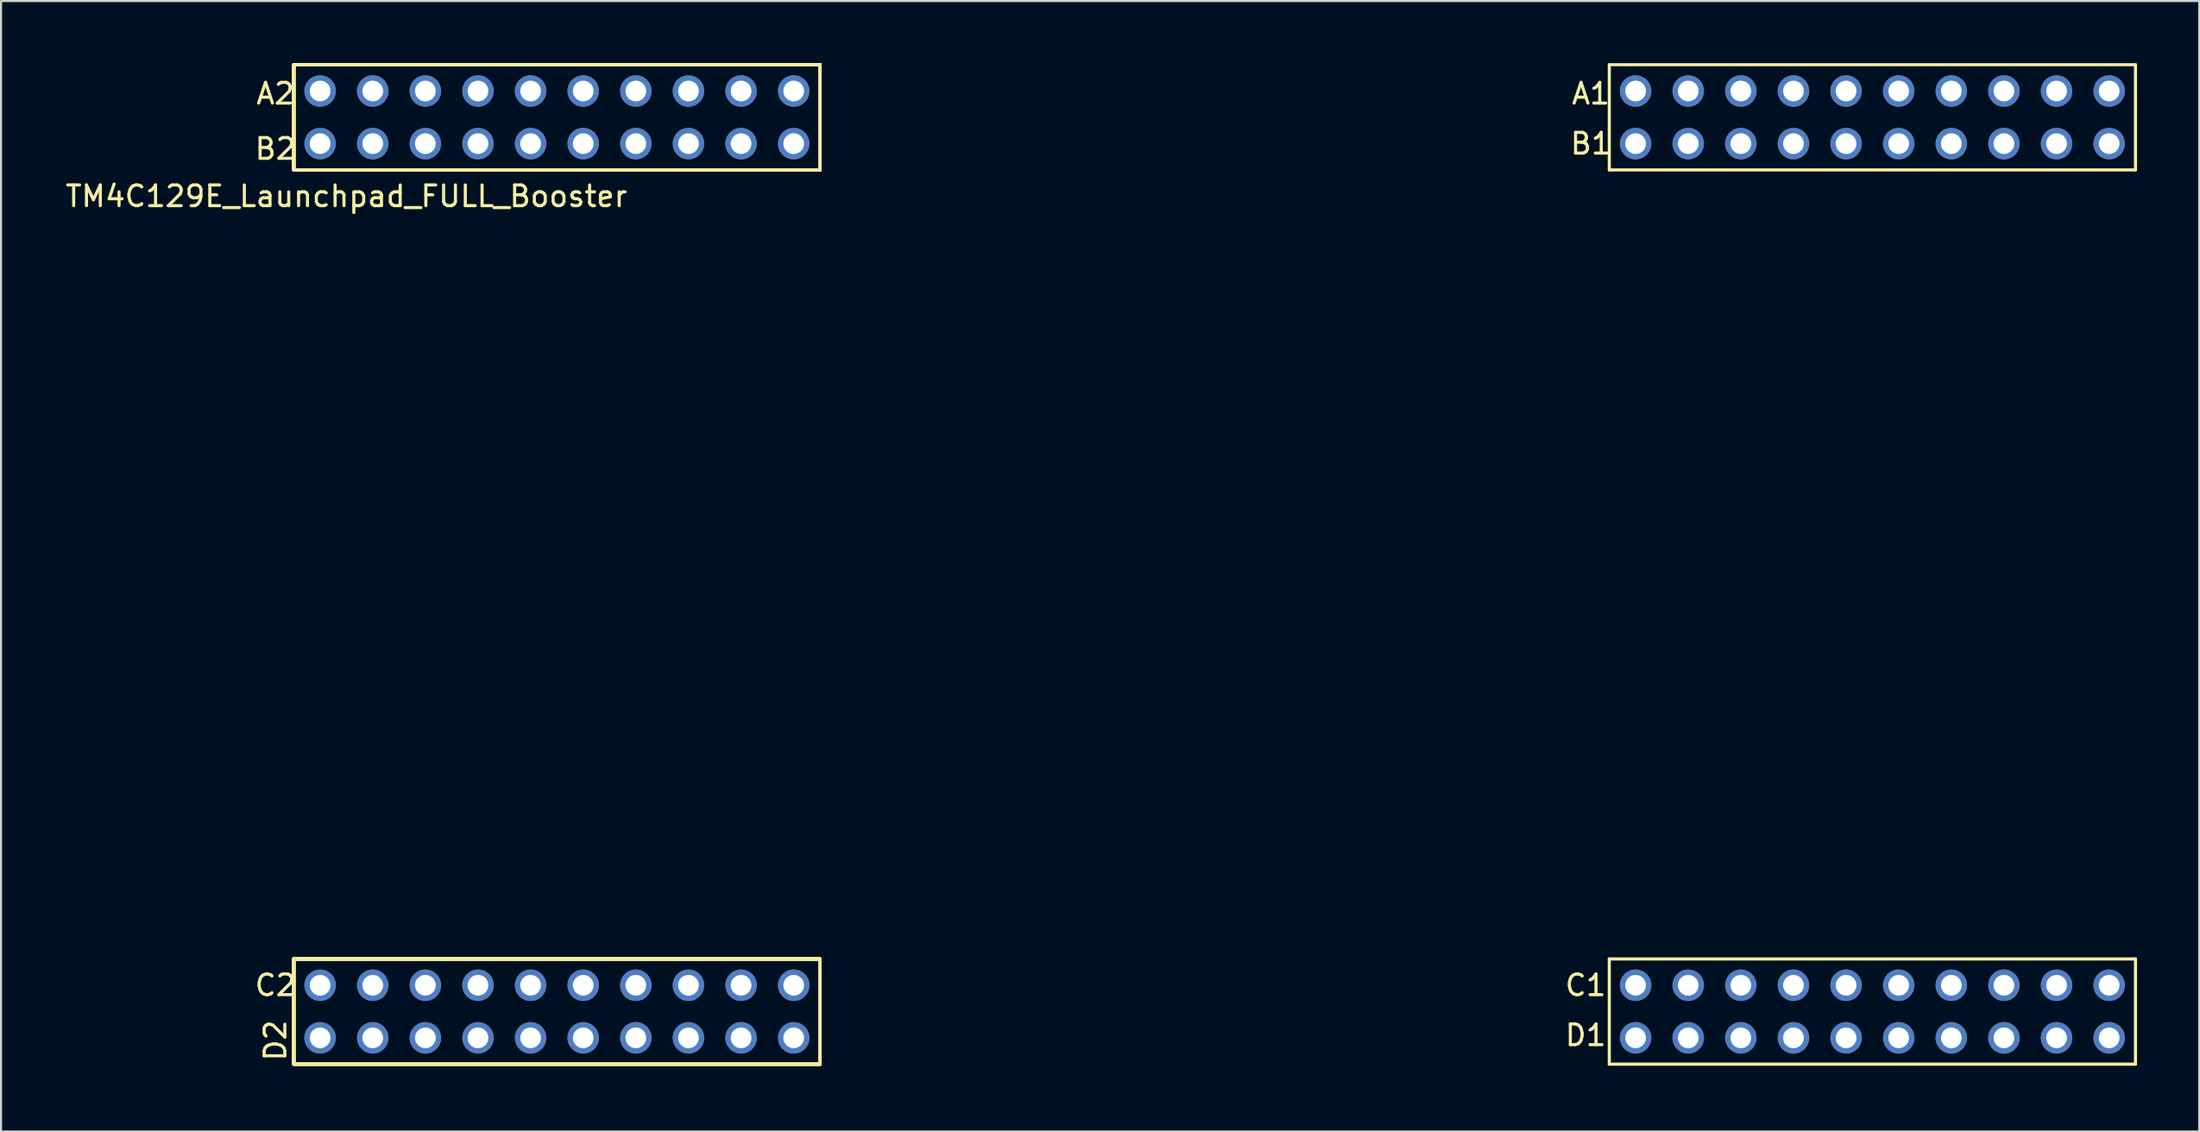
<source format=kicad_pcb>
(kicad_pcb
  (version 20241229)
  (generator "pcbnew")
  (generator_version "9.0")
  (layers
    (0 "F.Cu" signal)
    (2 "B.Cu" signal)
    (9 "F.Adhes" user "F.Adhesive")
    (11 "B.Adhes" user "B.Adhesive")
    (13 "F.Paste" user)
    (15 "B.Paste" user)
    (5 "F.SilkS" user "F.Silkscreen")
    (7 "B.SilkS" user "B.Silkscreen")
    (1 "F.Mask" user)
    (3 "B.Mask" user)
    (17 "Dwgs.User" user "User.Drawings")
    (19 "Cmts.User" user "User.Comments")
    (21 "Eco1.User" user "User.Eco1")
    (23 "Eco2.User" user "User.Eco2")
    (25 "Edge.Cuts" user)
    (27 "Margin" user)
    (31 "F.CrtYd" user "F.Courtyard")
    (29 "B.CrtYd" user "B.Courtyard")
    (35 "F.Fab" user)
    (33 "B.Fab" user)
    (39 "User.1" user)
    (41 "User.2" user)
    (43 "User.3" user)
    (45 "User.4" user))
  (footprint "TM4C129E_Launchpad_FULL_Booster"
    (layer "F.Cu")
    (at 11.133 48.335)
    (property "Reference" "TM4C129E_Launchpad_FULL_Booster" (at 2.54 -41.91 0) (layer "F.SilkS") (effects (font (size 1 1) (thickness 0.15))))
    (attr through_hole)
    (fp_line (start 0 -48.26) (end 0 -43.18) (stroke (width 0.15) (type solid)) (layer "F.SilkS"))
    (fp_line (start 0 -48.26) (end 0 -43.18) (stroke (width 0.15) (type solid)) (layer "F.SilkS"))
    (fp_line (start 0 -48.26) (end 0 -43.18) (stroke (width 0.15) (type solid)) (layer "F.SilkS"))
    (fp_line (start 0 -48.26) (end 0 -43.18) (stroke (width 0.15) (type solid)) (layer "F.SilkS"))
    (fp_line (start 0 -48.26) (end 0 -43.18) (stroke (width 0.15) (type solid)) (layer "F.SilkS"))
    (fp_line (start 0 -48.26) (end 0 -43.18) (stroke (width 0.15) (type solid)) (layer "F.SilkS"))
    (fp_line (start 0 -48.26) (end 0 -43.18) (stroke (width 0.15) (type solid)) (layer "F.SilkS"))
    (fp_line (start 0 -48.26) (end 0 -43.18) (stroke (width 0.15) (type solid)) (layer "F.SilkS"))
    (fp_line (start 0 -43.18) (end 25.4 -43.18) (stroke (width 0.15) (type solid)) (layer "F.SilkS"))
    (fp_line (start 0 -43.18) (end 25.4 -43.18) (stroke (width 0.15) (type solid)) (layer "F.SilkS"))
    (fp_line (start 0 -43.18) (end 25.4 -43.18) (stroke (width 0.15) (type solid)) (layer "F.SilkS"))
    (fp_line (start 0 -43.18) (end 25.4 -43.18) (stroke (width 0.15) (type solid)) (layer "F.SilkS"))
    (fp_line (start 0 -43.18) (end 25.4 -43.18) (stroke (width 0.15) (type solid)) (layer "F.SilkS"))
    (fp_line (start 0 -43.18) (end 25.4 -43.18) (stroke (width 0.15) (type solid)) (layer "F.SilkS"))
    (fp_line (start 0 -43.18) (end 25.4 -43.18) (stroke (width 0.15) (type solid)) (layer "F.SilkS"))
    (fp_line (start 0 -43.18) (end 25.4 -43.18) (stroke (width 0.15) (type solid)) (layer "F.SilkS"))
    (fp_line (start 0 -5.08) (end 0 0) (stroke (width 0.15) (type solid)) (layer "F.SilkS"))
    (fp_line (start 0 -5.08) (end 0 0) (stroke (width 0.15) (type solid)) (layer "F.SilkS"))
    (fp_line (start 0 -5.08) (end 0 0) (stroke (width 0.15) (type solid)) (layer "F.SilkS"))
    (fp_line (start 0 -5.08) (end 0 0) (stroke (width 0.15) (type solid)) (layer "F.SilkS"))
    (fp_line (start 0 -5.08) (end 0 0) (stroke (width 0.15) (type solid)) (layer "F.SilkS"))
    (fp_line (start 0 -5.08) (end 0 0) (stroke (width 0.15) (type solid)) (layer "F.SilkS"))
    (fp_line (start 0 -5.08) (end 0 0) (stroke (width 0.15) (type solid)) (layer "F.SilkS"))
    (fp_line (start 0 -5.08) (end 0 0) (stroke (width 0.15) (type solid)) (layer "F.SilkS"))
    (fp_line (start 0 0) (end 25.4 0) (stroke (width 0.15) (type solid)) (layer "F.SilkS"))
    (fp_line (start 0 0) (end 25.4 0) (stroke (width 0.15) (type solid)) (layer "F.SilkS"))
    (fp_line (start 0 0) (end 25.4 0) (stroke (width 0.15) (type solid)) (layer "F.SilkS"))
    (fp_line (start 0 0) (end 25.4 0) (stroke (width 0.15) (type solid)) (layer "F.SilkS"))
    (fp_line (start 0 0) (end 25.4 0) (stroke (width 0.15) (type solid)) (layer "F.SilkS"))
    (fp_line (start 0 0) (end 25.4 0) (stroke (width 0.15) (type solid)) (layer "F.SilkS"))
    (fp_line (start 0 0) (end 25.4 0) (stroke (width 0.15) (type solid)) (layer "F.SilkS"))
    (fp_line (start 0 0) (end 25.4 0) (stroke (width 0.15) (type solid)) (layer "F.SilkS"))
    (fp_line (start 25.4 -48.26) (end 0 -48.26) (stroke (width 0.15) (type solid)) (layer "F.SilkS"))
    (fp_line (start 25.4 -48.26) (end 0 -48.26) (stroke (width 0.15) (type solid)) (layer "F.SilkS"))
    (fp_line (start 25.4 -48.26) (end 0 -48.26) (stroke (width 0.15) (type solid)) (layer "F.SilkS"))
    (fp_line (start 25.4 -48.26) (end 0 -48.26) (stroke (width 0.15) (type solid)) (layer "F.SilkS"))
    (fp_line (start 25.4 -48.26) (end 0 -48.26) (stroke (width 0.15) (type solid)) (layer "F.SilkS"))
    (fp_line (start 25.4 -48.26) (end 0 -48.26) (stroke (width 0.15) (type solid)) (layer "F.SilkS"))
    (fp_line (start 25.4 -48.26) (end 0 -48.26) (stroke (width 0.15) (type solid)) (layer "F.SilkS"))
    (fp_line (start 25.4 -48.26) (end 0 -48.26) (stroke (width 0.15) (type solid)) (layer "F.SilkS"))
    (fp_line (start 25.4 -43.18) (end 25.4 -48.26) (stroke (width 0.15) (type solid)) (layer "F.SilkS"))
    (fp_line (start 25.4 -43.18) (end 25.4 -48.26) (stroke (width 0.15) (type solid)) (layer "F.SilkS"))
    (fp_line (start 25.4 -43.18) (end 25.4 -48.26) (stroke (width 0.15) (type solid)) (layer "F.SilkS"))
    (fp_line (start 25.4 -43.18) (end 25.4 -48.26) (stroke (width 0.15) (type solid)) (layer "F.SilkS"))
    (fp_line (start 25.4 -43.18) (end 25.4 -48.26) (stroke (width 0.15) (type solid)) (layer "F.SilkS"))
    (fp_line (start 25.4 -43.18) (end 25.4 -48.26) (stroke (width 0.15) (type solid)) (layer "F.SilkS"))
    (fp_line (start 25.4 -43.18) (end 25.4 -48.26) (stroke (width 0.15) (type solid)) (layer "F.SilkS"))
    (fp_line (start 25.4 -43.18) (end 25.4 -48.26) (stroke (width 0.15) (type solid)) (layer "F.SilkS"))
    (fp_line (start 25.4 -5.08) (end 0 -5.08) (stroke (width 0.15) (type solid)) (layer "F.SilkS"))
    (fp_line (start 25.4 -5.08) (end 0 -5.08) (stroke (width 0.15) (type solid)) (layer "F.SilkS"))
    (fp_line (start 25.4 -5.08) (end 0 -5.08) (stroke (width 0.15) (type solid)) (layer "F.SilkS"))
    (fp_line (start 25.4 -5.08) (end 0 -5.08) (stroke (width 0.15) (type solid)) (layer "F.SilkS"))
    (fp_line (start 25.4 -5.08) (end 0 -5.08) (stroke (width 0.15) (type solid)) (layer "F.SilkS"))
    (fp_line (start 25.4 -5.08) (end 0 -5.08) (stroke (width 0.15) (type solid)) (layer "F.SilkS"))
    (fp_line (start 25.4 -5.08) (end 0 -5.08) (stroke (width 0.15) (type solid)) (layer "F.SilkS"))
    (fp_line (start 25.4 -5.08) (end 0 -5.08) (stroke (width 0.15) (type solid)) (layer "F.SilkS"))
    (fp_line (start 25.4 0) (end 25.4 -5.08) (stroke (width 0.15) (type solid)) (layer "F.SilkS"))
    (fp_line (start 25.4 0) (end 25.4 -5.08) (stroke (width 0.15) (type solid)) (layer "F.SilkS"))
    (fp_line (start 25.4 0) (end 25.4 -5.08) (stroke (width 0.15) (type solid)) (layer "F.SilkS"))
    (fp_line (start 25.4 0) (end 25.4 -5.08) (stroke (width 0.15) (type solid)) (layer "F.SilkS"))
    (fp_line (start 25.4 0) (end 25.4 -5.08) (stroke (width 0.15) (type solid)) (layer "F.SilkS"))
    (fp_line (start 25.4 0) (end 25.4 -5.08) (stroke (width 0.15) (type solid)) (layer "F.SilkS"))
    (fp_line (start 25.4 0) (end 25.4 -5.08) (stroke (width 0.15) (type solid)) (layer "F.SilkS"))
    (fp_line (start 25.4 0) (end 25.4 -5.08) (stroke (width 0.15) (type solid)) (layer "F.SilkS"))
    (fp_line (start 63.5 -48.26) (end 63.5 -43.18) (stroke (width 0.15) (type solid)) (layer "F.SilkS"))
    (fp_line (start 63.5 -43.18) (end 88.9 -43.18) (stroke (width 0.15) (type solid)) (layer "F.SilkS"))
    (fp_line (start 63.5 -5.08) (end 63.5 0) (stroke (width 0.15) (type solid)) (layer "F.SilkS"))
    (fp_line (start 63.5 0) (end 88.9 0) (stroke (width 0.15) (type solid)) (layer "F.SilkS"))
    (fp_line (start 88.9 -48.26) (end 63.5 -48.26) (stroke (width 0.15) (type solid)) (layer "F.SilkS"))
    (fp_line (start 88.9 -43.18) (end 88.9 -48.26) (stroke (width 0.15) (type solid)) (layer "F.SilkS"))
    (fp_line (start 88.9 -5.08) (end 63.5 -5.08) (stroke (width 0.15) (type solid)) (layer "F.SilkS"))
    (fp_line (start 88.9 0) (end 88.9 -5.08) (stroke (width 0.15) (type solid)) (layer "F.SilkS"))
    (fp_text user "D2" (at -0.889 -1.143 90) (layer "F.SilkS") (effects (font (size 1 1) (thickness 0.15))))
    (fp_text user "B1" (at 62.611 -44.45 0) (layer "F.SilkS") (effects (font (size 1 1) (thickness 0.15))))
    (fp_text user "D1" (at 62.357 -1.397 0) (layer "F.SilkS") (effects (font (size 1 1) (thickness 0.15))))
    (fp_text user "A2" (at -0.889 -46.863 0) (layer "F.SilkS") (effects (font (size 1 1) (thickness 0.15))))
    (fp_text user "C1" (at 62.357 -3.81 0) (layer "F.SilkS") (effects (font (size 1 1) (thickness 0.15))))
    (fp_text user "B2" (at -0.889 -44.196 0) (layer "F.SilkS") (effects (font (size 1 1) (thickness 0.15))))
    (fp_text user "C2" (at -0.889 -3.81 0) (layer "F.SilkS") (effects (font (size 1 1) (thickness 0.15))))
    (fp_text user "A1" (at 62.611 -46.863 0) (layer "F.SilkS") (effects (font (size 1 1) (thickness 0.15))))
    (pad "+3V3" thru_hole circle (at 24.13 -46.99) (size 1.52 1.52) (drill 1) (layers "*.Cu" "*.Mask" "F.Paste"))
    (pad "+3V3" thru_hole circle (at 87.63 -46.99) (size 1.52 1.52) (drill 1) (layers "*.Cu" "*.Mask" "F.Paste"))
    (pad "+5V" thru_hole circle (at 24.13 -44.45) (size 1.52 1.52) (drill 1) (layers "*.Cu" "*.Mask" "F.Paste"))
    (pad "+5V" thru_hole circle (at 87.63 -44.45) (size 1.52 1.52) (drill 1) (layers "*.Cu" "*.Mask" "F.Paste"))
    (pad "GND" thru_hole circle (at 21.59 -44.45) (size 1.52 1.52) (drill 1) (layers "*.Cu" "*.Mask" "F.Paste"))
    (pad "GND" thru_hole circle (at 24.13 -1.27) (size 1.52 1.52) (drill 1) (layers "*.Cu" "*.Mask" "F.Paste"))
    (pad "GND" thru_hole circle (at 85.09 -44.45) (size 1.52 1.52) (drill 1) (layers "*.Cu" "*.Mask" "F.Paste"))
    (pad "GND" thru_hole circle (at 87.63 -1.27) (size 1.52 1.52) (drill 1) (layers "*.Cu" "*.Mask" "F.Paste"))
    (pad "PA4" thru_hole circle (at 3.81 -44.45) (size 1.52 1.52) (drill 1) (layers "*.Cu" "*.Mask" "F.Paste"))
    (pad "PA5" thru_hole circle (at 1.27 -44.45) (size 1.52 1.52) (drill 1) (layers "*.Cu" "*.Mask" "F.Paste"))
    (pad "PA6" thru_hole circle (at 69.85 -44.45) (size 1.52 1.52) (drill 1) (layers "*.Cu" "*.Mask" "F.Paste"))
    (pad "PA7" thru_hole circle (at 16.51 -1.27) (size 1.52 1.52) (drill 1) (layers "*.Cu" "*.Mask" "F.Paste"))
    (pad "PB2" thru_hole circle (at 67.31 -46.99) (size 1.52 1.52) (drill 1) (layers "*.Cu" "*.Mask" "F.Paste"))
    (pad "PB3" thru_hole circle (at 64.77 -46.99) (size 1.52 1.52) (drill 1) (layers "*.Cu" "*.Mask" "F.Paste"))
    (pad "PB4" thru_hole circle (at 19.05 -44.45) (size 1.52 1.52) (drill 1) (layers "*.Cu" "*.Mask" "F.Paste"))
    (pad "PB5" thru_hole circle (at 16.51 -44.45) (size 1.52 1.52) (drill 1) (layers "*.Cu" "*.Mask" "F.Paste"))
    (pad "PC4" thru_hole circle (at 82.55 -46.99) (size 1.52 1.52) (drill 1) (layers "*.Cu" "*.Mask" "F.Paste"))
    (pad "PC5" thru_hole circle (at 80.01 -46.99) (size 1.52 1.52) (drill 1) (layers "*.Cu" "*.Mask" "F.Paste"))
    (pad "PC6" thru_hole circle (at 77.47 -46.99) (size 1.52 1.52) (drill 1) (layers "*.Cu" "*.Mask" "F.Paste"))
    (pad "PC7" thru_hole circle (at 69.85 -46.99) (size 1.52 1.52) (drill 1) (layers "*.Cu" "*.Mask" "F.Paste"))
    (pad "PD0" thru_hole circle (at 72.39 -1.27) (size 1.52 1.52) (drill 1) (layers "*.Cu" "*.Mask" "F.Paste"))
    (pad "PD1" thru_hole circle (at 74.93 -1.27) (size 1.52 1.52) (drill 1) (layers "*.Cu" "*.Mask" "F.Paste"))
    (pad "PD2" thru_hole circle (at 21.59 -46.99) (size 1.52 1.52) (drill 1) (layers "*.Cu" "*.Mask" "F.Paste"))
    (pad "PD3" thru_hole circle (at 72.39 -46.99) (size 1.52 1.52) (drill 1) (layers "*.Cu" "*.Mask" "F.Paste"))
    (pad "PD4" thru_hole circle (at 13.97 -46.99) (size 1.52 1.52) (drill 1) (layers "*.Cu" "*.Mask" "F.Paste"))
    (pad "PD5" thru_hole circle (at 11.43 -46.99) (size 1.52 1.52) (drill 1) (layers "*.Cu" "*.Mask" "F.Paste"))
    (pad "PD7" thru_hole circle (at 72.39 -44.45) (size 1.52 1.52) (drill 1) (layers "*.Cu" "*.Mask" "F.Paste"))
    (pad "PE0" thru_hole circle (at 82.55 -44.45) (size 1.52 1.52) (drill 1) (layers "*.Cu" "*.Mask" "F.Paste"))
    (pad "PE1" thru_hole circle (at 80.01 -44.45) (size 1.52 1.52) (drill 1) (layers "*.Cu" "*.Mask" "F.Paste"))
    (pad "PE2" thru_hole circle (at 77.47 -44.45) (size 1.52 1.52) (drill 1) (layers "*.Cu" "*.Mask" "F.Paste"))
    (pad "PE3" thru_hole circle (at 74.93 -44.45) (size 1.52 1.52) (drill 1) (layers "*.Cu" "*.Mask" "F.Paste"))
    (pad "PE4" thru_hole circle (at 85.09 -46.99) (size 1.52 1.52) (drill 1) (layers "*.Cu" "*.Mask" "F.Paste"))
    (pad "PE5" thru_hole circle (at 74.93 -46.99) (size 1.52 1.52) (drill 1) (layers "*.Cu" "*.Mask" "F.Paste"))
    (pad "PF1" thru_hole circle (at 87.63 -3.81) (size 1.52 1.52) (drill 1) (layers "*.Cu" "*.Mask" "F.Paste"))
    (pad "PF2" thru_hole circle (at 85.09 -3.81) (size 1.52 1.52) (drill 1) (layers "*.Cu" "*.Mask" "F.Paste"))
    (pad "PF3" thru_hole circle (at 82.55 -3.81) (size 1.52 1.52) (drill 1) (layers "*.Cu" "*.Mask" "F.Paste"))
    (pad "PG0" thru_hole circle (at 80.01 -3.81) (size 1.52 1.52) (drill 1) (layers "*.Cu" "*.Mask" "F.Paste"))
    (pad "PG1" thru_hole circle (at 24.13 -3.81) (size 1.52 1.52) (drill 1) (layers "*.Cu" "*.Mask" "F.Paste"))
    (pad "PH0" thru_hole circle (at 8.89 -3.81) (size 1.52 1.52) (drill 1) (layers "*.Cu" "*.Mask" "F.Paste"))
    (pad "PH1" thru_hole circle (at 6.35 -3.81) (size 1.52 1.52) (drill 1) (layers "*.Cu" "*.Mask" "F.Paste"))
    (pad "PH2" thru_hole circle (at 82.55 -1.27) (size 1.52 1.52) (drill 1) (layers "*.Cu" "*.Mask" "F.Paste"))
    (pad "PH3" thru_hole circle (at 80.01 -1.27) (size 1.52 1.52) (drill 1) (layers "*.Cu" "*.Mask" "F.Paste"))
    (pad "PK0" thru_hole circle (at 13.97 -44.45) (size 1.52 1.52) (drill 1) (layers "*.Cu" "*.Mask" "F.Paste"))
    (pad "PK1" thru_hole circle (at 11.43 -44.45) (size 1.52 1.52) (drill 1) (layers "*.Cu" "*.Mask" "F.Paste"))
    (pad "PK2" thru_hole circle (at 8.89 -44.45) (size 1.52 1.52) (drill 1) (layers "*.Cu" "*.Mask" "F.Paste"))
    (pad "PK3" thru_hole circle (at 6.35 -44.45) (size 1.52 1.52) (drill 1) (layers "*.Cu" "*.Mask" "F.Paste"))
    (pad "PK4" thru_hole circle (at 21.59 -3.81) (size 1.52 1.52) (drill 1) (layers "*.Cu" "*.Mask" "F.Paste"))
    (pad "PK5" thru_hole circle (at 19.05 -3.81) (size 1.52 1.52) (drill 1) (layers "*.Cu" "*.Mask" "F.Paste"))
    (pad "PK6" thru_hole circle (at 3.81 -3.81) (size 1.52 1.52) (drill 1) (layers "*.Cu" "*.Mask" "F.Paste"))
    (pad "PK7" thru_hole circle (at 1.27 -3.81) (size 1.52 1.52) (drill 1) (layers "*.Cu" "*.Mask" "F.Paste"))
    (pad "PL0" thru_hole circle (at 72.39 -3.81) (size 1.52 1.52) (drill 1) (layers "*.Cu" "*.Mask" "F.Paste"))
    (pad "PL1" thru_hole circle (at 69.85 -3.81) (size 1.52 1.52) (drill 1) (layers "*.Cu" "*.Mask" "F.Paste"))
    (pad "PL2" thru_hole circle (at 67.31 -3.81) (size 1.52 1.52) (drill 1) (layers "*.Cu" "*.Mask" "F.Paste"))
    (pad "PL3" thru_hole circle (at 64.77 -3.81) (size 1.52 1.52) (drill 1) (layers "*.Cu" "*.Mask" "F.Paste"))
    (pad "PL4" thru_hole circle (at 77.47 -3.81) (size 1.52 1.52) (drill 1) (layers "*.Cu" "*.Mask" "F.Paste"))
    (pad "PL5" thru_hole circle (at 74.93 -3.81) (size 1.52 1.52) (drill 1) (layers "*.Cu" "*.Mask" "F.Paste"))
    (pad "PM0" thru_hole circle (at 16.51 -3.81) (size 1.52 1.52) (drill 1) (layers "*.Cu" "*.Mask" "F.Paste"))
    (pad "PM1" thru_hole circle (at 13.97 -3.81) (size 1.52 1.52) (drill 1) (layers "*.Cu" "*.Mask" "F.Paste"))
    (pad "PM2" thru_hole circle (at 11.43 -3.81) (size 1.52 1.52) (drill 1) (layers "*.Cu" "*.Mask" "F.Paste"))
    (pad "PM3" thru_hole circle (at 85.09 -1.27) (size 1.52 1.52) (drill 1) (layers "*.Cu" "*.Mask" "F.Paste"))
    (pad "PM4" thru_hole circle (at 67.31 -44.45) (size 1.52 1.52) (drill 1) (layers "*.Cu" "*.Mask" "F.Paste"))
    (pad "PM5" thru_hole circle (at 64.77 -44.45) (size 1.52 1.52) (drill 1) (layers "*.Cu" "*.Mask" "F.Paste"))
    (pad "PM6" thru_hole circle (at 1.27 -1.27) (size 1.52 1.52) (drill 1) (layers "*.Cu" "*.Mask" "F.Paste"))
    (pad "PM7" thru_hole circle (at 21.59 -1.27) (size 1.52 1.52) (drill 1) (layers "*.Cu" "*.Mask" "F.Paste"))
    (pad "PN2" thru_hole circle (at 69.85 -1.27) (size 1.52 1.52) (drill 1) (layers "*.Cu" "*.Mask" "F.Paste"))
    (pad "PN3" thru_hole circle (at 67.31 -1.27) (size 1.52 1.52) (drill 1) (layers "*.Cu" "*.Mask" "F.Paste"))
    (pad "PN4" thru_hole circle (at 1.27 -46.99) (size 1.52 1.52) (drill 1) (layers "*.Cu" "*.Mask" "F.Paste"))
    (pad "PN5" thru_hole circle (at 3.81 -46.99) (size 1.52 1.52) (drill 1) (layers "*.Cu" "*.Mask" "F.Paste"))
    (pad "PP0" thru_hole circle (at 19.05 -46.99) (size 1.52 1.52) (drill 1) (layers "*.Cu" "*.Mask" "F.Paste"))
    (pad "PP1" thru_hole circle (at 16.51 -46.99) (size 1.52 1.52) (drill 1) (layers "*.Cu" "*.Mask" "F.Paste"))
    (pad "PP2" thru_hole circle (at 64.77 -1.27) (size 1.52 1.52) (drill 1) (layers "*.Cu" "*.Mask" "F.Paste"))
    (pad "PP3" thru_hole circle (at 6.35 -1.27) (size 1.52 1.52) (drill 1) (layers "*.Cu" "*.Mask" "F.Paste"))
    (pad "PP4" thru_hole circle (at 6.35 -46.99) (size 1.52 1.52) (drill 1) (layers "*.Cu" "*.Mask" "F.Paste"))
    (pad "PP5" thru_hole circle (at 19.05 -1.27) (size 1.52 1.52) (drill 1) (layers "*.Cu" "*.Mask" "F.Paste"))
    (pad "PQ0" thru_hole circle (at 8.89 -46.99) (size 1.52 1.52) (drill 1) (layers "*.Cu" "*.Mask" "F.Paste"))
    (pad "PQ1" thru_hole circle (at 3.81 -1.27) (size 1.52 1.52) (drill 1) (layers "*.Cu" "*.Mask" "F.Paste"))
    (pad "PQ2" thru_hole circle (at 11.43 -1.27) (size 1.52 1.52) (drill 1) (layers "*.Cu" "*.Mask" "F.Paste"))
    (pad "PQ3" thru_hole circle (at 8.89 -1.27) (size 1.52 1.52) (drill 1) (layers "*.Cu" "*.Mask" "F.Paste"))
    (pad "Rese" thru_hole circle (at 13.97 -1.27) (size 1.52 1.52) (drill 1) (layers "*.Cu" "*.Mask" "F.Paste"))
    (pad "Rese" thru_hole circle (at 77.47 -1.27) (size 1.52 1.52) (drill 1) (layers "*.Cu" "*.Mask" "F.Paste")))
  (gr_rect
    (start -3 -3)
    (end 103.108 51.585)
    (stroke (width 0.1) (type default))
    (fill no)
    (layer "Edge.Cuts")))
</source>
